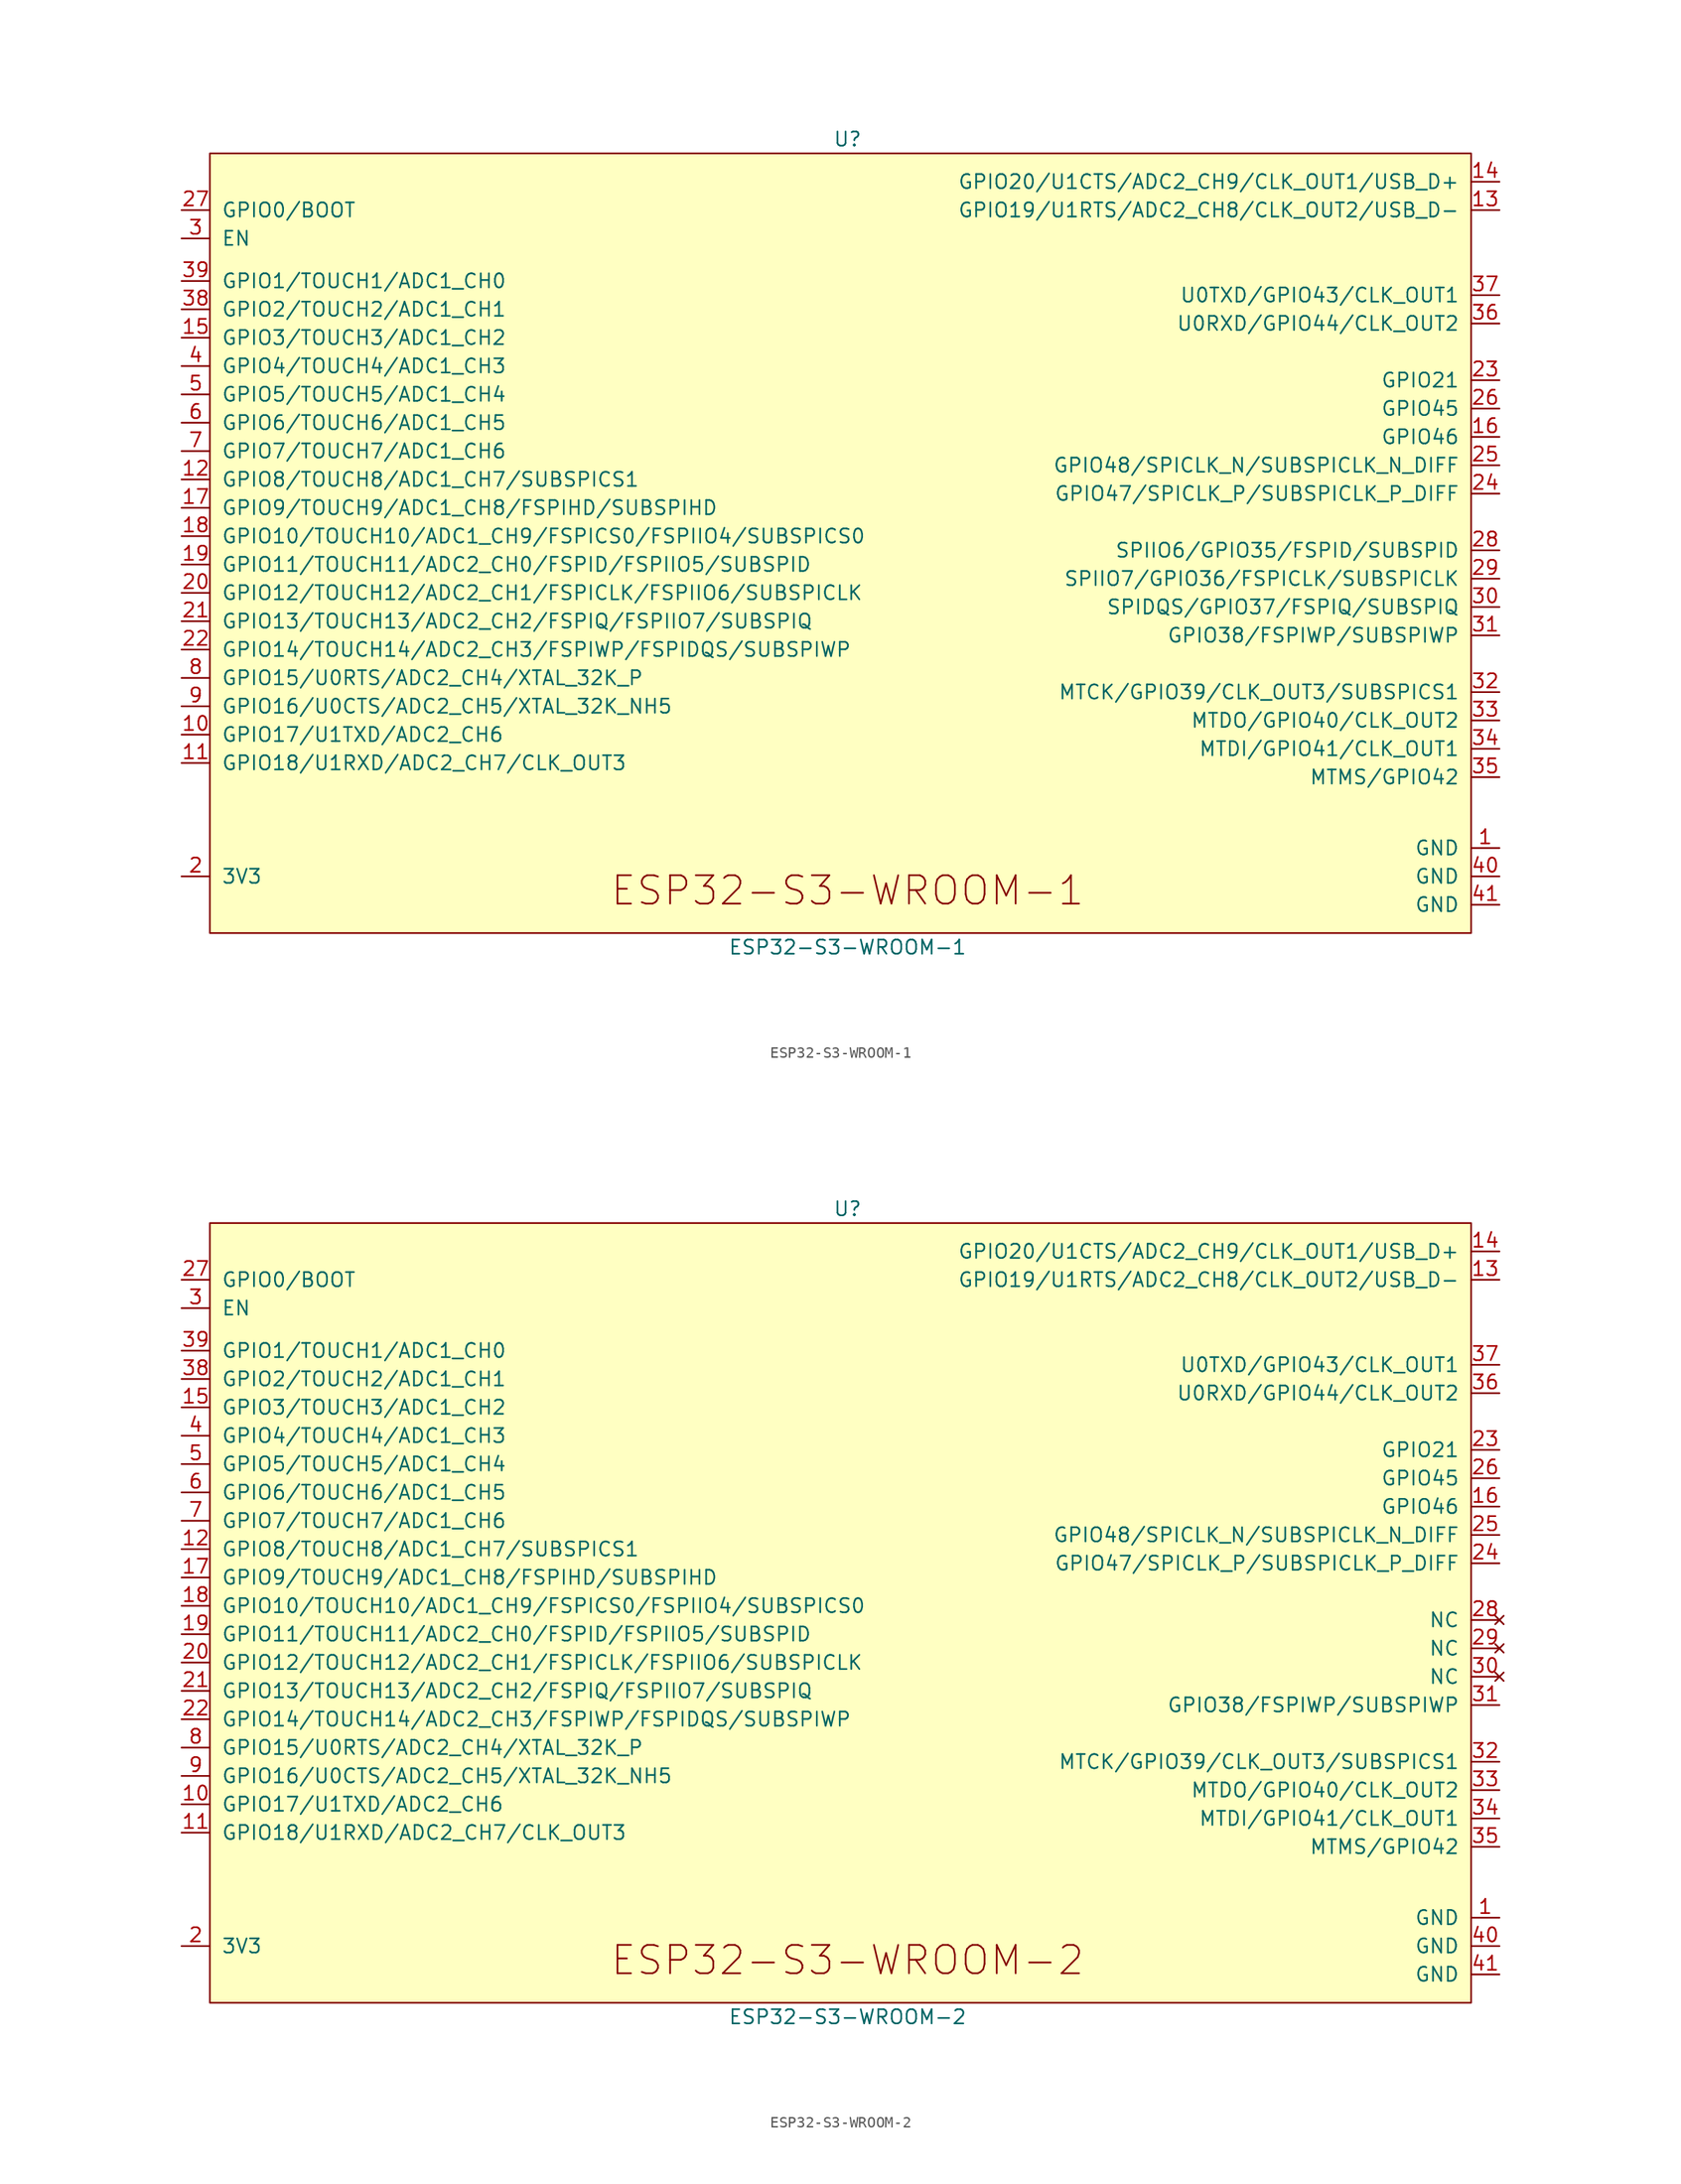
<source format=kicad_sym>
(kicad_symbol_lib
  (version 20220914)
  (generator kicad_symbol_editor)
  (symbol "ESP32-S3-WROOM-1"
    (pin_names
      (offset 1.016))
    (property "Reference" "U"
      (at 0 35.56 0)
      (effects (font (size 1.27 1.27))))
    (property "Value" "ESP32-S3-WROOM-1"
      (at 0 -36.83 0)
      (effects (font (size 1.27 1.27))))
    (symbol "ESP32-S3-WROOM-1_0_0"
      (rectangle (start -57.15 34.29) (end 55.88 -35.56) (stroke (width 0) (type default)) (fill (type background)))
      (text "ESP32-S3-WROOM-1" (at 0 -31.75 0) (effects (font (size 2.54 2.54))))
      (pin power_in line (at 58.42 -27.94 180) (length 2.54) (name "GND" (effects (font (size 1.27 1.27)))) (number "1" (effects (font (size 1.27 1.27)))))
      (pin bidirectional line (at -59.69 -17.78 0) (length 2.54) (name "GPIO17/U1TXD/ADC2_CH6" (effects (font (size 1.27 1.27)))) (number "10" (effects (font (size 1.27 1.27)))))
      (pin bidirectional line (at -59.69 -20.32 0) (length 2.54) (name "GPIO18/U1RXD/ADC2_CH7/CLK_OUT3" (effects (font (size 1.27 1.27)))) (number "11" (effects (font (size 1.27 1.27)))))
      (pin bidirectional line (at -59.69 5.08 0) (length 2.54) (name "GPIO8/TOUCH8/ADC1_CH7/SUBSPICS1" (effects (font (size 1.27 1.27)))) (number "12" (effects (font (size 1.27 1.27)))))
      (pin bidirectional line (at 58.42 29.21 180) (length 2.54) (name "GPIO19/U1RTS/ADC2_CH8/CLK_OUT2/USB_D-" (effects (font (size 1.27 1.27)))) (number "13" (effects (font (size 1.27 1.27)))))
      (pin bidirectional line (at 58.42 31.75 180) (length 2.54) (name "GPIO20/U1CTS/ADC2_CH9/CLK_OUT1/USB_D+" (effects (font (size 1.27 1.27)))) (number "14" (effects (font (size 1.27 1.27)))))
      (pin bidirectional line (at -59.69 17.78 0) (length 2.54) (name "GPIO3/TOUCH3/ADC1_CH2" (effects (font (size 1.27 1.27)))) (number "15" (effects (font (size 1.27 1.27)))))
      (pin bidirectional line (at 58.42 8.89 180) (length 2.54) (name "GPIO46" (effects (font (size 1.27 1.27)))) (number "16" (effects (font (size 1.27 1.27)))))
      (pin bidirectional line (at -59.69 2.54 0) (length 2.54) (name "GPIO9/TOUCH9/ADC1_CH8/FSPIHD/SUBSPIHD" (effects (font (size 1.27 1.27)))) (number "17" (effects (font (size 1.27 1.27)))))
      (pin bidirectional line (at -59.69 0 0) (length 2.54) (name "GPIO10/TOUCH10/ADC1_CH9/FSPICS0/FSPIIO4/SUBSPICS0" (effects (font (size 1.27 1.27)))) (number "18" (effects (font (size 1.27 1.27)))))
      (pin bidirectional line (at -59.69 -2.54 0) (length 2.54) (name "GPIO11/TOUCH11/ADC2_CH0/FSPID/FSPIIO5/SUBSPID" (effects (font (size 1.27 1.27)))) (number "19" (effects (font (size 1.27 1.27)))))
      (pin power_in line (at -59.69 -30.48 0) (length 2.54) (name "3V3" (effects (font (size 1.27 1.27)))) (number "2" (effects (font (size 1.27 1.27)))))
      (pin bidirectional line (at -59.69 -5.08 0) (length 2.54) (name "GPIO12/TOUCH12/ADC2_CH1/FSPICLK/FSPIIO6/SUBSPICLK" (effects (font (size 1.27 1.27)))) (number "20" (effects (font (size 1.27 1.27)))))
      (pin bidirectional line (at -59.69 -7.62 0) (length 2.54) (name "GPIO13/TOUCH13/ADC2_CH2/FSPIQ/FSPIIO7/SUBSPIQ" (effects (font (size 1.27 1.27)))) (number "21" (effects (font (size 1.27 1.27)))))
      (pin bidirectional line (at -59.69 -10.16 0) (length 2.54) (name "GPIO14/TOUCH14/ADC2_CH3/FSPIWP/FSPIDQS/SUBSPIWP" (effects (font (size 1.27 1.27)))) (number "22" (effects (font (size 1.27 1.27)))))
      (pin bidirectional line (at 58.42 13.97 180) (length 2.54) (name "GPIO21" (effects (font (size 1.27 1.27)))) (number "23" (effects (font (size 1.27 1.27)))))
      (pin bidirectional line (at 58.42 3.81 180) (length 2.54) (name "GPIO47/SPICLK_P/SUBSPICLK_P_DIFF" (effects (font (size 1.27 1.27)))) (number "24" (effects (font (size 1.27 1.27)))))
      (pin bidirectional line (at 58.42 6.35 180) (length 2.54) (name "GPIO48/SPICLK_N/SUBSPICLK_N_DIFF" (effects (font (size 1.27 1.27)))) (number "25" (effects (font (size 1.27 1.27)))))
      (pin bidirectional line (at 58.42 11.43 180) (length 2.54) (name "GPIO45" (effects (font (size 1.27 1.27)))) (number "26" (effects (font (size 1.27 1.27)))))
      (pin bidirectional line (at -59.69 29.21 0) (length 2.54) (name "GPIO0/BOOT" (effects (font (size 1.27 1.27)))) (number "27" (effects (font (size 1.27 1.27)))))
      (pin bidirectional line (at 58.42 -1.27 180) (length 2.54) (name "SPIIO6/GPIO35/FSPID/SUBSPID" (effects (font (size 1.27 1.27)))) (number "28" (effects (font (size 1.27 1.27)))))
      (pin bidirectional line (at 58.42 -3.81 180) (length 2.54) (name "SPIIO7/GPIO36/FSPICLK/SUBSPICLK" (effects (font (size 1.27 1.27)))) (number "29" (effects (font (size 1.27 1.27)))))
      (pin input line (at -59.69 26.67 0) (length 2.54) (name "EN" (effects (font (size 1.27 1.27)))) (number "3" (effects (font (size 1.27 1.27)))))
      (pin bidirectional line (at 58.42 -6.35 180) (length 2.54) (name "SPIDQS/GPIO37/FSPIQ/SUBSPIQ" (effects (font (size 1.27 1.27)))) (number "30" (effects (font (size 1.27 1.27)))))
      (pin bidirectional line (at 58.42 -8.89 180) (length 2.54) (name "GPIO38/FSPIWP/SUBSPIWP" (effects (font (size 1.27 1.27)))) (number "31" (effects (font (size 1.27 1.27)))))
      (pin bidirectional line (at 58.42 -13.97 180) (length 2.54) (name "MTCK/GPIO39/CLK_OUT3/SUBSPICS1" (effects (font (size 1.27 1.27)))) (number "32" (effects (font (size 1.27 1.27)))))
      (pin bidirectional line (at 58.42 -16.51 180) (length 2.54) (name "MTDO/GPIO40/CLK_OUT2" (effects (font (size 1.27 1.27)))) (number "33" (effects (font (size 1.27 1.27)))))
      (pin bidirectional line (at 58.42 -19.05 180) (length 2.54) (name "MTDI/GPIO41/CLK_OUT1" (effects (font (size 1.27 1.27)))) (number "34" (effects (font (size 1.27 1.27)))))
      (pin bidirectional line (at 58.42 -21.59 180) (length 2.54) (name "MTMS/GPIO42" (effects (font (size 1.27 1.27)))) (number "35" (effects (font (size 1.27 1.27)))))
      (pin bidirectional line (at 58.42 19.05 180) (length 2.54) (name "U0RXD/GPIO44/CLK_OUT2" (effects (font (size 1.27 1.27)))) (number "36" (effects (font (size 1.27 1.27)))))
      (pin bidirectional line (at 58.42 21.59 180) (length 2.54) (name "U0TXD/GPIO43/CLK_OUT1" (effects (font (size 1.27 1.27)))) (number "37" (effects (font (size 1.27 1.27)))))
      (pin bidirectional line (at -59.69 20.32 0) (length 2.54) (name "GPIO2/TOUCH2/ADC1_CH1" (effects (font (size 1.27 1.27)))) (number "38" (effects (font (size 1.27 1.27)))))
      (pin bidirectional line (at -59.69 22.86 0) (length 2.54) (name "GPIO1/TOUCH1/ADC1_CH0" (effects (font (size 1.27 1.27)))) (number "39" (effects (font (size 1.27 1.27)))))
      (pin bidirectional line (at -59.69 15.24 0) (length 2.54) (name "GPIO4/TOUCH4/ADC1_CH3" (effects (font (size 1.27 1.27)))) (number "4" (effects (font (size 1.27 1.27)))))
      (pin power_in line (at 58.42 -30.48 180) (length 2.54) (name "GND" (effects (font (size 1.27 1.27)))) (number "40" (effects (font (size 1.27 1.27)))))
      (pin power_in line (at 58.42 -33.02 180) (length 2.54) (name "GND" (effects (font (size 1.27 1.27)))) (number "41" (effects (font (size 1.27 1.27)))))
      (pin bidirectional line (at -59.69 12.7 0) (length 2.54) (name "GPIO5/TOUCH5/ADC1_CH4" (effects (font (size 1.27 1.27)))) (number "5" (effects (font (size 1.27 1.27)))))
      (pin bidirectional line (at -59.69 10.16 0) (length 2.54) (name "GPIO6/TOUCH6/ADC1_CH5" (effects (font (size 1.27 1.27)))) (number "6" (effects (font (size 1.27 1.27)))))
      (pin bidirectional line (at -59.69 7.62 0) (length 2.54) (name "GPIO7/TOUCH7/ADC1_CH6" (effects (font (size 1.27 1.27)))) (number "7" (effects (font (size 1.27 1.27)))))
      (pin bidirectional line (at -59.69 -12.7 0) (length 2.54) (name "GPIO15/U0RTS/ADC2_CH4/XTAL_32K_P" (effects (font (size 1.27 1.27)))) (number "8" (effects (font (size 1.27 1.27)))))
      (pin bidirectional line (at -59.69 -15.24 0) (length 2.54) (name "GPIO16/U0CTS/ADC2_CH5/XTAL_32K_NH5" (effects (font (size 1.27 1.27)))) (number "9" (effects (font (size 1.27 1.27)))))))
  (symbol "ESP32-S3-WROOM-2"
    (pin_names
      (offset 1.016))
    (property "Reference" "U"
      (at 0 35.56 0)
      (effects (font (size 1.27 1.27))))
    (property "Value" "ESP32-S3-WROOM-2"
      (at 0 -36.83 0)
      (effects (font (size 1.27 1.27))))
    (symbol "ESP32-S3-WROOM-2_0_0"
      (rectangle (start -57.15 34.29) (end 55.88 -35.56) (stroke (width 0) (type default)) (fill (type background)))
      (text "ESP32-S3-WROOM-2" (at 0 -31.75 0) (effects (font (size 2.54 2.54))))
      (pin power_in line (at 58.42 -27.94 180) (length 2.54) (name "GND" (effects (font (size 1.27 1.27)))) (number "1" (effects (font (size 1.27 1.27)))))
      (pin bidirectional line (at -59.69 -17.78 0) (length 2.54) (name "GPIO17/U1TXD/ADC2_CH6" (effects (font (size 1.27 1.27)))) (number "10" (effects (font (size 1.27 1.27)))))
      (pin bidirectional line (at -59.69 -20.32 0) (length 2.54) (name "GPIO18/U1RXD/ADC2_CH7/CLK_OUT3" (effects (font (size 1.27 1.27)))) (number "11" (effects (font (size 1.27 1.27)))))
      (pin bidirectional line (at -59.69 5.08 0) (length 2.54) (name "GPIO8/TOUCH8/ADC1_CH7/SUBSPICS1" (effects (font (size 1.27 1.27)))) (number "12" (effects (font (size 1.27 1.27)))))
      (pin bidirectional line (at 58.42 29.21 180) (length 2.54) (name "GPIO19/U1RTS/ADC2_CH8/CLK_OUT2/USB_D-" (effects (font (size 1.27 1.27)))) (number "13" (effects (font (size 1.27 1.27)))))
      (pin bidirectional line (at 58.42 31.75 180) (length 2.54) (name "GPIO20/U1CTS/ADC2_CH9/CLK_OUT1/USB_D+" (effects (font (size 1.27 1.27)))) (number "14" (effects (font (size 1.27 1.27)))))
      (pin bidirectional line (at -59.69 17.78 0) (length 2.54) (name "GPIO3/TOUCH3/ADC1_CH2" (effects (font (size 1.27 1.27)))) (number "15" (effects (font (size 1.27 1.27)))))
      (pin bidirectional line (at 58.42 8.89 180) (length 2.54) (name "GPIO46" (effects (font (size 1.27 1.27)))) (number "16" (effects (font (size 1.27 1.27)))))
      (pin bidirectional line (at -59.69 2.54 0) (length 2.54) (name "GPIO9/TOUCH9/ADC1_CH8/FSPIHD/SUBSPIHD" (effects (font (size 1.27 1.27)))) (number "17" (effects (font (size 1.27 1.27)))))
      (pin bidirectional line (at -59.69 0 0) (length 2.54) (name "GPIO10/TOUCH10/ADC1_CH9/FSPICS0/FSPIIO4/SUBSPICS0" (effects (font (size 1.27 1.27)))) (number "18" (effects (font (size 1.27 1.27)))))
      (pin bidirectional line (at -59.69 -2.54 0) (length 2.54) (name "GPIO11/TOUCH11/ADC2_CH0/FSPID/FSPIIO5/SUBSPID" (effects (font (size 1.27 1.27)))) (number "19" (effects (font (size 1.27 1.27)))))
      (pin power_in line (at -59.69 -30.48 0) (length 2.54) (name "3V3" (effects (font (size 1.27 1.27)))) (number "2" (effects (font (size 1.27 1.27)))))
      (pin bidirectional line (at -59.69 -5.08 0) (length 2.54) (name "GPIO12/TOUCH12/ADC2_CH1/FSPICLK/FSPIIO6/SUBSPICLK" (effects (font (size 1.27 1.27)))) (number "20" (effects (font (size 1.27 1.27)))))
      (pin bidirectional line (at -59.69 -7.62 0) (length 2.54) (name "GPIO13/TOUCH13/ADC2_CH2/FSPIQ/FSPIIO7/SUBSPIQ" (effects (font (size 1.27 1.27)))) (number "21" (effects (font (size 1.27 1.27)))))
      (pin bidirectional line (at -59.69 -10.16 0) (length 2.54) (name "GPIO14/TOUCH14/ADC2_CH3/FSPIWP/FSPIDQS/SUBSPIWP" (effects (font (size 1.27 1.27)))) (number "22" (effects (font (size 1.27 1.27)))))
      (pin bidirectional line (at 58.42 13.97 180) (length 2.54) (name "GPIO21" (effects (font (size 1.27 1.27)))) (number "23" (effects (font (size 1.27 1.27)))))
      (pin bidirectional line (at 58.42 3.81 180) (length 2.54) (name "GPIO47/SPICLK_P/SUBSPICLK_P_DIFF" (effects (font (size 1.27 1.27)))) (number "24" (effects (font (size 1.27 1.27)))))
      (pin bidirectional line (at 58.42 6.35 180) (length 2.54) (name "GPIO48/SPICLK_N/SUBSPICLK_N_DIFF" (effects (font (size 1.27 1.27)))) (number "25" (effects (font (size 1.27 1.27)))))
      (pin bidirectional line (at 58.42 11.43 180) (length 2.54) (name "GPIO45" (effects (font (size 1.27 1.27)))) (number "26" (effects (font (size 1.27 1.27)))))
      (pin bidirectional line (at -59.69 29.21 0) (length 2.54) (name "GPIO0/BOOT" (effects (font (size 1.27 1.27)))) (number "27" (effects (font (size 1.27 1.27)))))
      (pin no_connect line (at 58.42 -1.27 180) (length 2.54) (name "NC" (effects (font (size 1.27 1.27)))) (number "28" (effects (font (size 1.27 1.27)))))
      (pin no_connect line (at 58.42 -3.81 180) (length 2.54) (name "NC" (effects (font (size 1.27 1.27)))) (number "29" (effects (font (size 1.27 1.27)))))
      (pin input line (at -59.69 26.67 0) (length 2.54) (name "EN" (effects (font (size 1.27 1.27)))) (number "3" (effects (font (size 1.27 1.27)))))
      (pin no_connect line (at 58.42 -6.35 180) (length 2.54) (name "NC" (effects (font (size 1.27 1.27)))) (number "30" (effects (font (size 1.27 1.27)))))
      (pin bidirectional line (at 58.42 -8.89 180) (length 2.54) (name "GPIO38/FSPIWP/SUBSPIWP" (effects (font (size 1.27 1.27)))) (number "31" (effects (font (size 1.27 1.27)))))
      (pin bidirectional line (at 58.42 -13.97 180) (length 2.54) (name "MTCK/GPIO39/CLK_OUT3/SUBSPICS1" (effects (font (size 1.27 1.27)))) (number "32" (effects (font (size 1.27 1.27)))))
      (pin bidirectional line (at 58.42 -16.51 180) (length 2.54) (name "MTDO/GPIO40/CLK_OUT2" (effects (font (size 1.27 1.27)))) (number "33" (effects (font (size 1.27 1.27)))))
      (pin bidirectional line (at 58.42 -19.05 180) (length 2.54) (name "MTDI/GPIO41/CLK_OUT1" (effects (font (size 1.27 1.27)))) (number "34" (effects (font (size 1.27 1.27)))))
      (pin bidirectional line (at 58.42 -21.59 180) (length 2.54) (name "MTMS/GPIO42" (effects (font (size 1.27 1.27)))) (number "35" (effects (font (size 1.27 1.27)))))
      (pin bidirectional line (at 58.42 19.05 180) (length 2.54) (name "U0RXD/GPIO44/CLK_OUT2" (effects (font (size 1.27 1.27)))) (number "36" (effects (font (size 1.27 1.27)))))
      (pin bidirectional line (at 58.42 21.59 180) (length 2.54) (name "U0TXD/GPIO43/CLK_OUT1" (effects (font (size 1.27 1.27)))) (number "37" (effects (font (size 1.27 1.27)))))
      (pin bidirectional line (at -59.69 20.32 0) (length 2.54) (name "GPIO2/TOUCH2/ADC1_CH1" (effects (font (size 1.27 1.27)))) (number "38" (effects (font (size 1.27 1.27)))))
      (pin bidirectional line (at -59.69 22.86 0) (length 2.54) (name "GPIO1/TOUCH1/ADC1_CH0" (effects (font (size 1.27 1.27)))) (number "39" (effects (font (size 1.27 1.27)))))
      (pin bidirectional line (at -59.69 15.24 0) (length 2.54) (name "GPIO4/TOUCH4/ADC1_CH3" (effects (font (size 1.27 1.27)))) (number "4" (effects (font (size 1.27 1.27)))))
      (pin power_in line (at 58.42 -30.48 180) (length 2.54) (name "GND" (effects (font (size 1.27 1.27)))) (number "40" (effects (font (size 1.27 1.27)))))
      (pin power_in line (at 58.42 -33.02 180) (length 2.54) (name "GND" (effects (font (size 1.27 1.27)))) (number "41" (effects (font (size 1.27 1.27)))))
      (pin bidirectional line (at -59.69 12.7 0) (length 2.54) (name "GPIO5/TOUCH5/ADC1_CH4" (effects (font (size 1.27 1.27)))) (number "5" (effects (font (size 1.27 1.27)))))
      (pin bidirectional line (at -59.69 10.16 0) (length 2.54) (name "GPIO6/TOUCH6/ADC1_CH5" (effects (font (size 1.27 1.27)))) (number "6" (effects (font (size 1.27 1.27)))))
      (pin bidirectional line (at -59.69 7.62 0) (length 2.54) (name "GPIO7/TOUCH7/ADC1_CH6" (effects (font (size 1.27 1.27)))) (number "7" (effects (font (size 1.27 1.27)))))
      (pin bidirectional line (at -59.69 -12.7 0) (length 2.54) (name "GPIO15/U0RTS/ADC2_CH4/XTAL_32K_P" (effects (font (size 1.27 1.27)))) (number "8" (effects (font (size 1.27 1.27)))))
      (pin bidirectional line (at -59.69 -15.24 0) (length 2.54) (name "GPIO16/U0CTS/ADC2_CH5/XTAL_32K_NH5" (effects (font (size 1.27 1.27)))) (number "9" (effects (font (size 1.27 1.27))))))))
</source>
